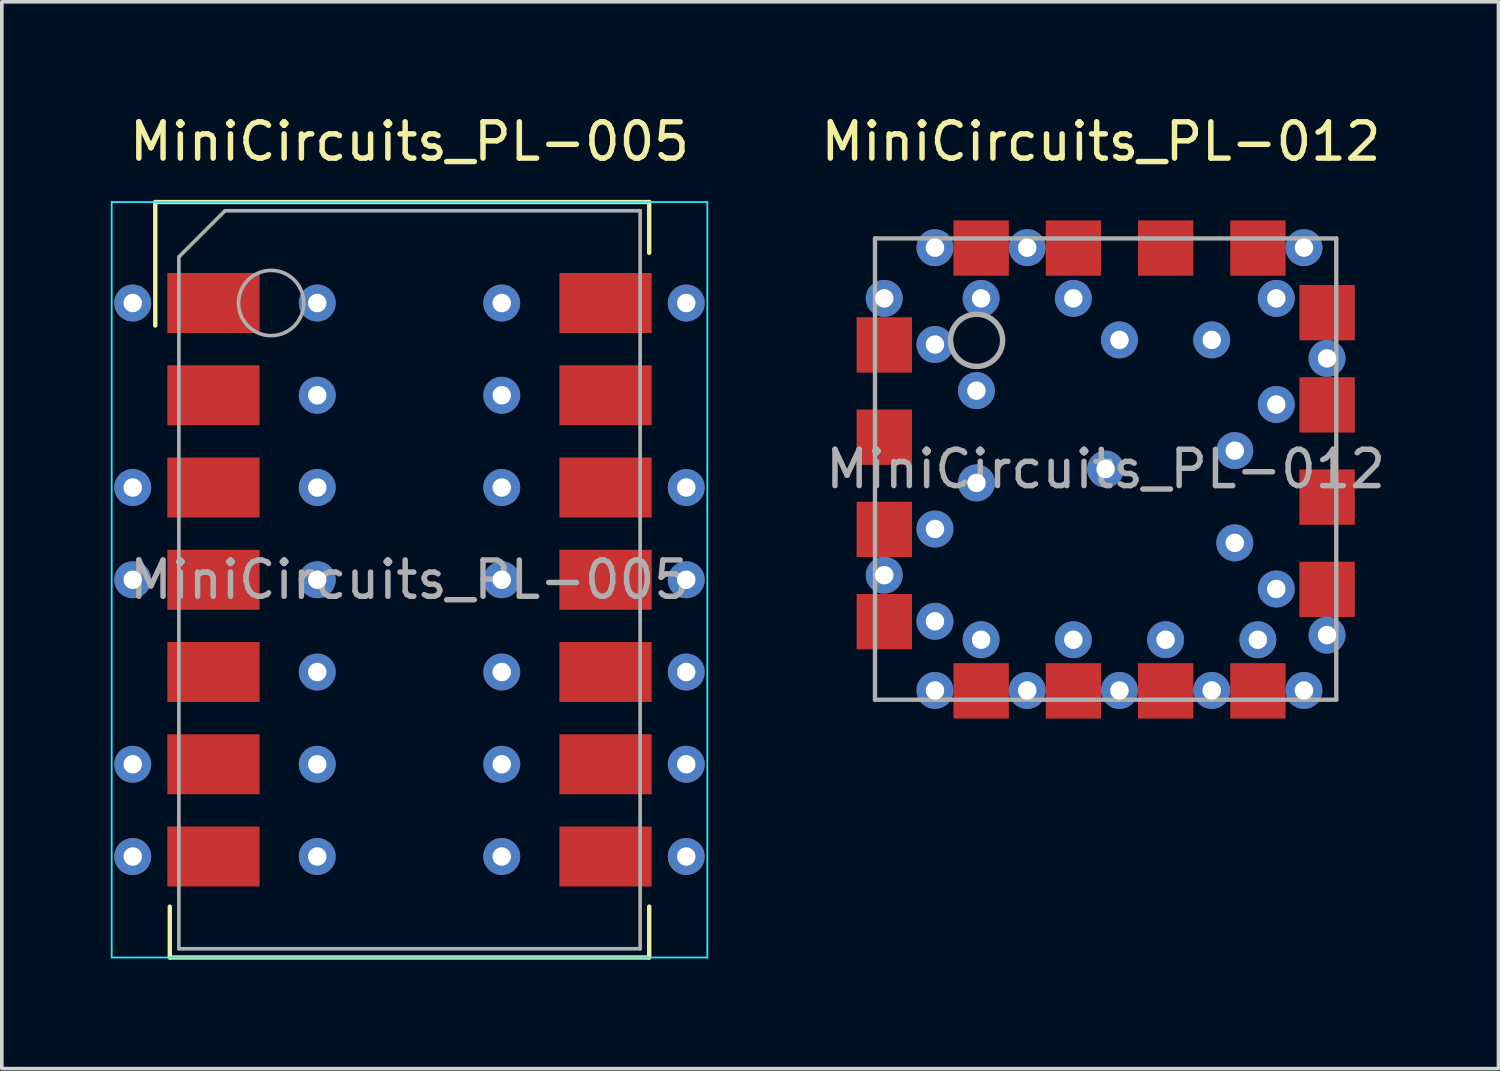
<source format=kicad_pcb>
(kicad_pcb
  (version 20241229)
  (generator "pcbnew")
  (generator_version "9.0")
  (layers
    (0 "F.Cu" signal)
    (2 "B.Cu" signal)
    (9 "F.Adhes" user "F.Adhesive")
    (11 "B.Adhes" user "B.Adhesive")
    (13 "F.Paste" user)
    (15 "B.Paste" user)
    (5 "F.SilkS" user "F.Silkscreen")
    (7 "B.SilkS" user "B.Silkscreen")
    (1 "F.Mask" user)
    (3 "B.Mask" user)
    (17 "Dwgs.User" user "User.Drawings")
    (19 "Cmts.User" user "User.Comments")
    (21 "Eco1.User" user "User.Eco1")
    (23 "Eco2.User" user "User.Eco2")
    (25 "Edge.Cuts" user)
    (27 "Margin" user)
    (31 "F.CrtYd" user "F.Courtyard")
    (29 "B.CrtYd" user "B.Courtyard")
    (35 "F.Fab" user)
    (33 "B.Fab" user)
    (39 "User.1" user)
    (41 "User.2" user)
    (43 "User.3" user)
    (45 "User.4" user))
  (footprint "MiniCircuits_PL-005"
    (layer "F.Cu")
    (at 8.225 12.913)
    (property "Reference" "MiniCircuits_PL-005" (at 0 -12.065 0) (layer "F.SilkS") (effects (font (size 1 1) (thickness 0.15))))
    (attr smd)
    (fp_line (start -7 -10.4) (end 6.6 -10.4) (stroke (width 0.12) (type solid)) (layer "F.SilkS"))
    (fp_line (start -7 -7) (end -7 -10.4) (stroke (width 0.12) (type solid)) (layer "F.SilkS"))
    (fp_line (start -6.6 9) (end -6.6 10.4) (stroke (width 0.12) (type solid)) (layer "F.SilkS"))
    (fp_line (start -6.6 10.4) (end 6.6 10.4) (stroke (width 0.12) (type solid)) (layer "F.SilkS"))
    (fp_line (start 6.6 -10.4) (end 6.6 -9) (stroke (width 0.12) (type solid)) (layer "F.SilkS"))
    (fp_line (start 6.6 10.4) (end 6.6 9) (stroke (width 0.12) (type solid)) (layer "F.SilkS"))
    (fp_line (start -8.2 -10.4) (end 8.2 -10.4) (stroke (width 0.05) (type solid)) (layer "B.CrtYd"))
    (fp_line (start -8.2 10.4) (end -8.2 -10.4) (stroke (width 0.05) (type solid)) (layer "B.CrtYd"))
    (fp_line (start 8.2 -10.4) (end 8.2 10.4) (stroke (width 0.05) (type solid)) (layer "B.CrtYd"))
    (fp_line (start 8.2 10.4) (end -8.2 10.4) (stroke (width 0.05) (type solid)) (layer "B.CrtYd"))
    (fp_line (start -6.35 -8.89) (end -6.35 10.16) (stroke (width 0.1) (type solid)) (layer "F.Fab"))
    (fp_line (start -6.35 10.16) (end 6.35 10.16) (stroke (width 0.1) (type solid)) (layer "F.Fab"))
    (fp_line (start -5.08 -10.16) (end -6.35 -8.89) (stroke (width 0.1) (type solid)) (layer "F.Fab"))
    (fp_line (start 6.35 -10.16) (end -5.08 -10.16) (stroke (width 0.1) (type solid)) (layer "F.Fab"))
    (fp_line (start 6.35 10.16) (end 6.35 -10.16) (stroke (width 0.1) (type solid)) (layer "F.Fab"))
    (fp_circle (center -3.81 -7.62) (end -2.912 -7.62) (stroke (width 0.1) (type solid)) (fill no) (layer "F.Fab"))
    (fp_text user "${REFERENCE}" (at 0 0 0) (layer "F.Fab") (effects (font (size 1 1) (thickness 0.15))))
    (pad "1" thru_hole circle (at -7.62 -7.62) (size 1.016 1.016) (drill 0.508) (layers "*.Cu"))
    (pad "1" thru_hole circle (at -7.62 -2.54) (size 1.016 1.016) (drill 0.508) (layers "*.Cu"))
    (pad "1" thru_hole circle (at -7.62 0) (size 1.016 1.016) (drill 0.508) (layers "*.Cu"))
    (pad "1" thru_hole circle (at -7.62 5.08) (size 1.016 1.016) (drill 0.508) (layers "*.Cu"))
    (pad "1" thru_hole circle (at -7.62 7.62) (size 1.016 1.016) (drill 0.508) (layers "*.Cu"))
    (pad "1" smd rect (at -6.668 -7.62) (size 2.54 1.651) (drill (offset 1.27 0)) (layers "F.Cu" "F.Mask" "F.Paste"))
    (pad "1" thru_hole circle (at -2.54 -7.62) (size 1.016 1.016) (drill 0.508) (layers "*.Cu"))
    (pad "1" thru_hole circle (at -2.54 -5.08) (size 1.016 1.016) (drill 0.508) (layers "*.Cu"))
    (pad "1" thru_hole circle (at -2.54 -2.54) (size 1.016 1.016) (drill 0.508) (layers "*.Cu"))
    (pad "1" thru_hole circle (at -2.54 0) (size 1.016 1.016) (drill 0.508) (layers "*.Cu"))
    (pad "1" thru_hole circle (at -2.54 2.54) (size 1.016 1.016) (drill 0.508) (layers "*.Cu"))
    (pad "1" thru_hole circle (at -2.54 5.08) (size 1.016 1.016) (drill 0.508) (layers "*.Cu"))
    (pad "1" thru_hole circle (at -2.54 7.62) (size 1.016 1.016) (drill 0.508) (layers "*.Cu"))
    (pad "1" thru_hole circle (at 2.54 -7.62) (size 1.016 1.016) (drill 0.508) (layers "*.Cu"))
    (pad "1" thru_hole circle (at 2.54 -5.08) (size 1.016 1.016) (drill 0.508) (layers "*.Cu"))
    (pad "1" thru_hole circle (at 2.54 -2.54) (size 1.016 1.016) (drill 0.508) (layers "*.Cu"))
    (pad "1" thru_hole circle (at 2.54 0) (size 1.016 1.016) (drill 0.508) (layers "*.Cu"))
    (pad "1" thru_hole circle (at 2.54 2.54) (size 1.016 1.016) (drill 0.508) (layers "*.Cu"))
    (pad "1" thru_hole circle (at 2.54 5.08) (size 1.016 1.016) (drill 0.508) (layers "*.Cu"))
    (pad "1" thru_hole circle (at 2.54 7.62) (size 1.016 1.016) (drill 0.508) (layers "*.Cu"))
    (pad "1" thru_hole circle (at 7.62 -7.62) (size 1.016 1.016) (drill 0.508) (layers "*.Cu"))
    (pad "1" thru_hole circle (at 7.62 -2.54) (size 1.016 1.016) (drill 0.508) (layers "*.Cu"))
    (pad "1" thru_hole circle (at 7.62 0) (size 1.016 1.016) (drill 0.508) (layers "*.Cu"))
    (pad "1" thru_hole circle (at 7.62 2.54) (size 1.016 1.016) (drill 0.508) (layers "*.Cu"))
    (pad "1" thru_hole circle (at 7.62 5.08) (size 1.016 1.016) (drill 0.508) (layers "*.Cu"))
    (pad "1" thru_hole circle (at 7.62 7.62) (size 1.016 1.016) (drill 0.508) (layers "*.Cu"))
    (pad "2" smd rect (at -6.668 -5.08) (size 2.54 1.651) (drill (offset 1.27 0)) (layers "F.Cu" "F.Mask" "F.Paste"))
    (pad "3" smd rect (at -6.668 -2.54) (size 2.54 1.651) (drill (offset 1.27 0)) (layers "F.Cu" "F.Mask" "F.Paste"))
    (pad "4" smd rect (at -6.668 0) (size 2.54 1.651) (drill (offset 1.27 0)) (layers "F.Cu" "F.Mask" "F.Paste"))
    (pad "5" smd rect (at -6.668 2.54) (size 2.54 1.651) (drill (offset 1.27 0)) (layers "F.Cu" "F.Mask" "F.Paste"))
    (pad "6" smd rect (at -6.668 5.08) (size 2.54 1.651) (drill (offset 1.27 0)) (layers "F.Cu" "F.Mask" "F.Paste"))
    (pad "7" smd rect (at -6.668 7.62) (size 2.54 1.651) (drill (offset 1.27 0)) (layers "F.Cu" "F.Mask" "F.Paste"))
    (pad "8" smd rect (at 6.668 7.62) (size 2.54 1.651) (drill (offset -1.27 0)) (layers "F.Cu" "F.Mask" "F.Paste"))
    (pad "9" smd rect (at 6.668 5.08) (size 2.54 1.651) (drill (offset -1.27 0)) (layers "F.Cu" "F.Mask" "F.Paste"))
    (pad "10" smd rect (at 6.668 2.54) (size 2.54 1.651) (drill (offset -1.27 0)) (layers "F.Cu" "F.Mask" "F.Paste"))
    (pad "11" smd rect (at 6.668 0) (size 2.54 1.651) (drill (offset -1.27 0)) (layers "F.Cu" "F.Mask" "F.Paste"))
    (pad "12" smd rect (at 6.668 -2.54) (size 2.54 1.651) (drill (offset -1.27 0)) (layers "F.Cu" "F.Mask" "F.Paste"))
    (pad "13" smd rect (at 6.668 -5.08) (size 2.54 1.651) (drill (offset -1.27 0)) (layers "F.Cu" "F.Mask" "F.Paste"))
    (pad "14" smd rect (at 6.668 -7.62) (size 2.54 1.651) (drill (offset -1.27 0)) (layers "F.Cu" "F.Mask" "F.Paste")))
  (footprint "MiniCircuits_PL-012"
    (layer "F.Cu")
    (at 27.392 9.865)
    (property "Reference" "MiniCircuits_PL-012" (at -0.127 -9.017 180) (layer "F.SilkS") (effects (font (size 1 1) (thickness 0.15))))
    (attr smd)
    (fp_line (start -6.35 -6.35) (end -6.35 6.35) (stroke (width 0.12) (type solid)) (layer "F.Fab"))
    (fp_line (start -6.35 6.35) (end 6.35 6.35) (stroke (width 0.12) (type solid)) (layer "F.Fab"))
    (fp_line (start 6.35 -6.35) (end -6.35 -6.35) (stroke (width 0.12) (type solid)) (layer "F.Fab"))
    (fp_line (start 6.35 6.35) (end 6.35 -6.35) (stroke (width 0.12) (type solid)) (layer "F.Fab"))
    (fp_circle (center -3.554 -3.545) (end -2.836 -3.545) (stroke (width 0.15) (type solid)) (fill no) (layer "F.Fab"))
    (fp_text user "${REFERENCE}" (at 0 0 0) (layer "F.Fab") (effects (font (size 1 1) (thickness 0.15))))
    (pad "1" thru_hole circle (at -6.096 -4.699) (size 1.016 1.016) (drill 0.508) (layers "*.Cu"))
    (pad "1" thru_hole circle (at -6.096 2.921) (size 1.016 1.016) (drill 0.508) (layers "*.Cu"))
    (pad "1" smd rect (at -6.094 -3.418 270) (size 1.524 1.524) (layers "F.Cu" "F.Mask" "F.Paste"))
    (pad "1" thru_hole circle (at -4.699 -6.096) (size 1.016 1.016) (drill 0.508) (layers "*.Cu"))
    (pad "1" thru_hole circle (at -4.699 -3.429) (size 1.016 1.016) (drill 0.508) (layers "*.Cu"))
    (pad "1" thru_hole circle (at -4.699 1.651) (size 1.016 1.016) (drill 0.508) (layers "*.Cu"))
    (pad "1" thru_hole circle (at -4.699 4.191) (size 1.016 1.016) (drill 0.508) (layers "*.Cu"))
    (pad "1" thru_hole circle (at -4.699 6.096) (size 1.016 1.016) (drill 0.508) (layers "*.Cu"))
    (pad "1" thru_hole circle (at -3.556 -2.159) (size 1.016 1.016) (drill 0.508) (layers "*.Cu"))
    (pad "1" thru_hole circle (at -3.556 0.381) (size 1.016 1.016) (drill 0.508) (layers "*.Cu"))
    (pad "1" thru_hole circle (at -3.429 -4.699) (size 1.016 1.016) (drill 0.508) (layers "*.Cu"))
    (pad "1" thru_hole circle (at -3.429 4.699) (size 1.016 1.016) (drill 0.508) (layers "*.Cu"))
    (pad "1" thru_hole circle (at -2.159 -6.096) (size 1.016 1.016) (drill 0.508) (layers "*.Cu"))
    (pad "1" thru_hole circle (at -2.159 6.096) (size 1.016 1.016) (drill 0.508) (layers "*.Cu"))
    (pad "1" thru_hole circle (at -0.889 -4.699) (size 1.016 1.016) (drill 0.508) (layers "*.Cu"))
    (pad "1" thru_hole circle (at -0.889 4.699) (size 1.016 1.016) (drill 0.508) (layers "*.Cu"))
    (pad "1" thru_hole circle (at 0 0) (size 1.016 1.016) (drill 0.508) (layers "*.Cu"))
    (pad "1" thru_hole circle (at 0.381 -3.556) (size 1.016 1.016) (drill 0.508) (layers "*.Cu"))
    (pad "1" thru_hole circle (at 0.381 6.096) (size 1.016 1.016) (drill 0.508) (layers "*.Cu"))
    (pad "1" thru_hole circle (at 1.651 4.699) (size 1.016 1.016) (drill 0.508) (layers "*.Cu"))
    (pad "1" thru_hole circle (at 2.921 -3.556) (size 1.016 1.016) (drill 0.508) (layers "*.Cu"))
    (pad "1" thru_hole circle (at 2.921 6.096) (size 1.016 1.016) (drill 0.508) (layers "*.Cu"))
    (pad "1" thru_hole circle (at 3.556 -0.508) (size 1.016 1.016) (drill 0.508) (layers "*.Cu"))
    (pad "1" thru_hole circle (at 3.556 2.032) (size 1.016 1.016) (drill 0.508) (layers "*.Cu"))
    (pad "1" thru_hole circle (at 4.191 4.699) (size 1.016 1.016) (drill 0.508) (layers "*.Cu"))
    (pad "1" thru_hole circle (at 4.699 -4.699) (size 1.016 1.016) (drill 0.508) (layers "*.Cu"))
    (pad "1" thru_hole circle (at 4.699 -1.778) (size 1.016 1.016) (drill 0.508) (layers "*.Cu"))
    (pad "1" thru_hole circle (at 4.699 3.302) (size 1.016 1.016) (drill 0.508) (layers "*.Cu"))
    (pad "1" thru_hole circle (at 5.461 -6.096) (size 1.016 1.016) (drill 0.508) (layers "*.Cu"))
    (pad "1" thru_hole circle (at 5.461 6.096) (size 1.016 1.016) (drill 0.508) (layers "*.Cu"))
    (pad "1" thru_hole circle (at 6.096 -3.048) (size 1.016 1.016) (drill 0.508) (layers "*.Cu"))
    (pad "1" thru_hole circle (at 6.096 4.572) (size 1.016 1.016) (drill 0.508) (layers "*.Cu"))
    (pad "2" smd rect (at -6.094 -0.878 270) (size 1.524 1.524) (layers "F.Cu" "F.Mask" "F.Paste"))
    (pad "3" smd rect (at -6.094 1.662 270) (size 1.524 1.524) (layers "F.Cu" "F.Mask" "F.Paste"))
    (pad "4" smd rect (at -6.094 4.202 270) (size 1.524 1.524) (layers "F.Cu" "F.Mask" "F.Paste"))
    (pad "5" smd rect (at -3.427 6.107 270) (size 1.524 1.524) (layers "F.Cu" "F.Mask" "F.Paste"))
    (pad "6" smd rect (at -0.887 6.107 270) (size 1.524 1.524) (layers "F.Cu" "F.Mask" "F.Paste"))
    (pad "7" smd rect (at 1.653 6.107 270) (size 1.524 1.524) (layers "F.Cu" "F.Mask" "F.Paste"))
    (pad "8" smd rect (at 4.193 6.107 270) (size 1.524 1.524) (layers "F.Cu" "F.Mask" "F.Paste"))
    (pad "9" smd rect (at 6.098 3.313 270) (size 1.524 1.524) (layers "F.Cu" "F.Mask" "F.Paste"))
    (pad "10" smd rect (at 6.098 0.773 270) (size 1.524 1.524) (layers "F.Cu" "F.Mask" "F.Paste"))
    (pad "11" smd rect (at 6.098 -1.767 270) (size 1.524 1.524) (layers "F.Cu" "F.Mask" "F.Paste"))
    (pad "12" smd rect (at 6.098 -4.307 270) (size 1.524 1.524) (layers "F.Cu" "F.Mask" "F.Paste"))
    (pad "13" smd rect (at 4.193 -6.085 270) (size 1.524 1.524) (layers "F.Cu" "F.Mask" "F.Paste"))
    (pad "14" smd rect (at 1.653 -6.085 270) (size 1.524 1.524) (layers "F.Cu" "F.Mask" "F.Paste"))
    (pad "15" smd rect (at -0.887 -6.085 270) (size 1.524 1.524) (layers "F.Cu" "F.Mask" "F.Paste"))
    (pad "16" smd rect (at -3.427 -6.085 270) (size 1.524 1.524) (layers "F.Cu" "F.Mask" "F.Paste")))
  (gr_rect
    (start -3 -3)
    (end 38.208 26.373)
    (stroke (width 0.1) (type default))
    (fill no)
    (layer "Edge.Cuts")))
</source>
